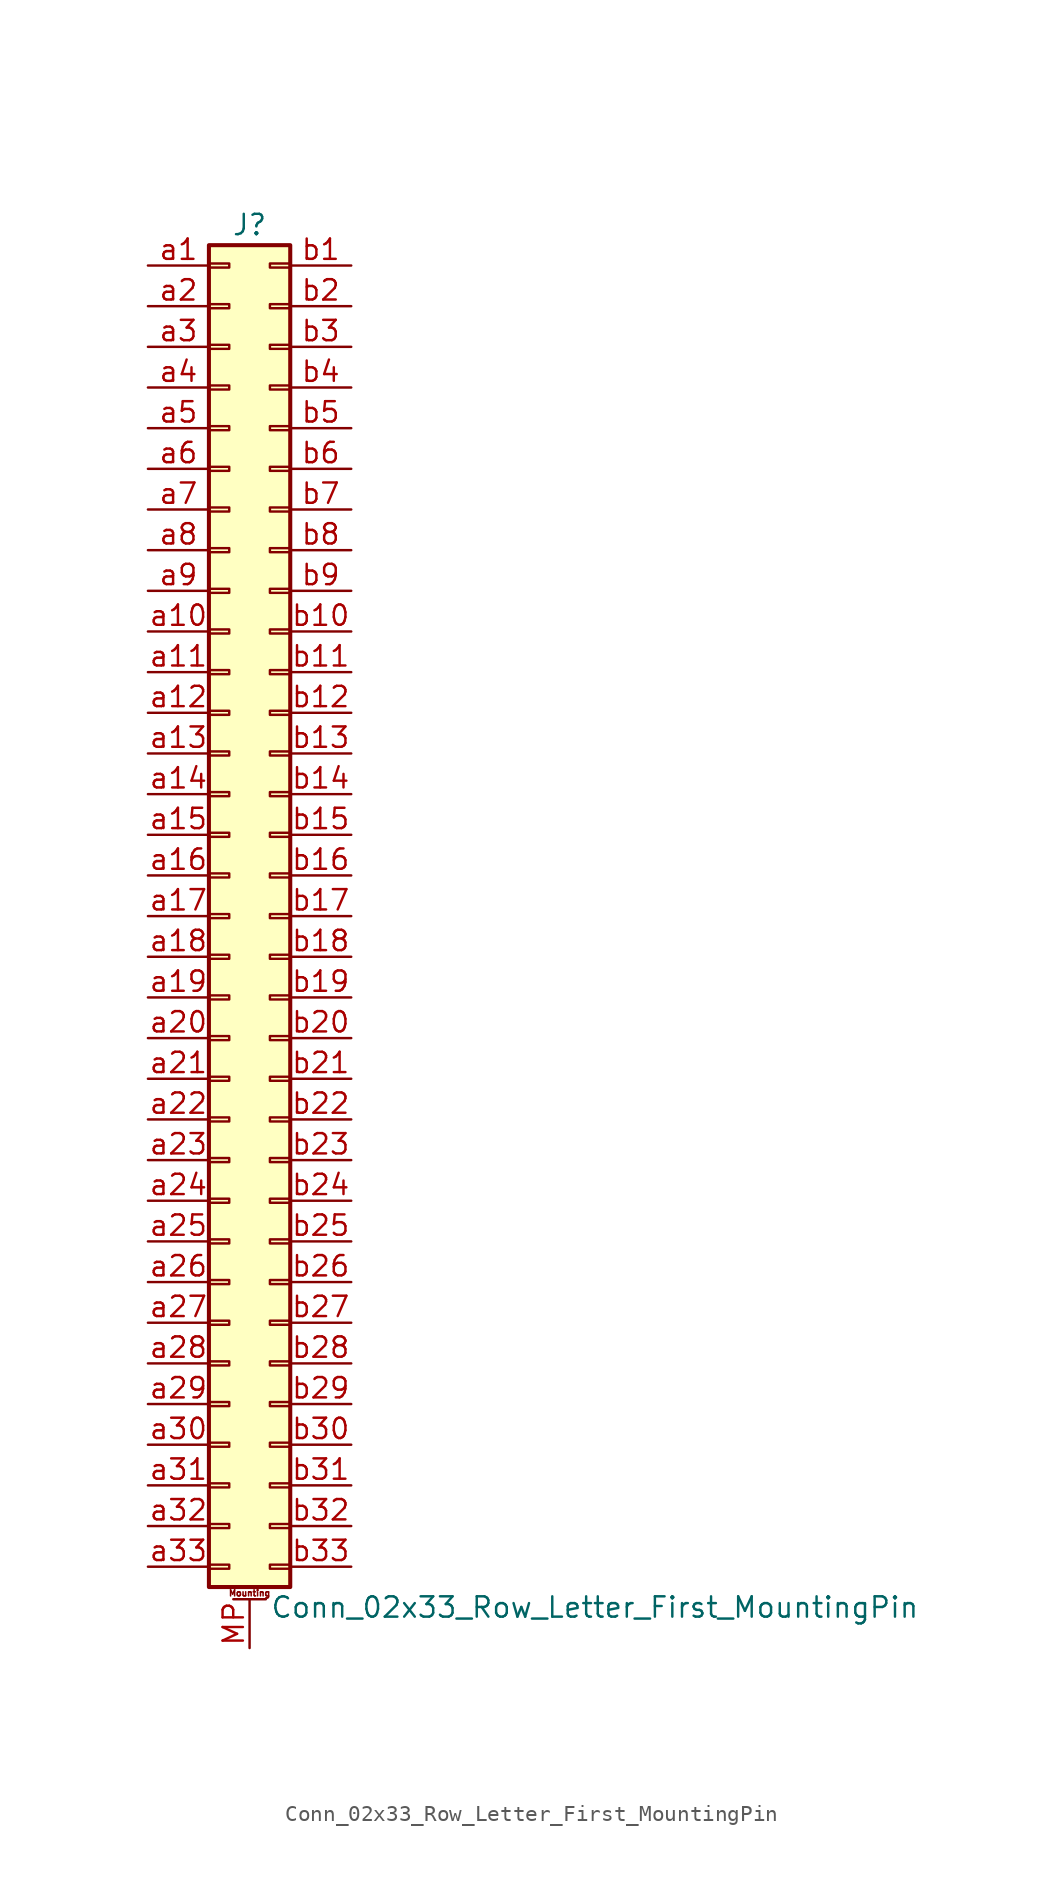
<source format=kicad_sym>
(kicad_symbol_lib
  (version 20201005)
  (generator kicad_symbol_editor)
  (symbol "Conn_02x33_Row_Letter_First_MountingPin"
    (pin_names
      (offset 1.016) hide)
    (property "Reference" "J"
      (at 1.27 43.18 0)
      (effects (font (size 1.27 1.27))))
    (property "Value" "Conn_02x33_Row_Letter_First_MountingPin"
      (at 2.54 -43.18 0)
      (effects (font (size 1.27 1.27)) (justify left)))
    (symbol "Conn_02x33_Row_Letter_First_MountingPin_1_1"
      (text "Mounting" (at 1.27 -42.291 0) (effects (font (size 0.381 0.381))))
      (rectangle (start -1.27 -40.513) (end 0 -40.767) (stroke (width 0.152)) (fill (type none)))
      (rectangle (start -1.27 -37.973) (end 0 -38.227) (stroke (width 0.152)) (fill (type none)))
      (rectangle (start -1.27 -35.433) (end 0 -35.687) (stroke (width 0.152)) (fill (type none)))
      (rectangle (start -1.27 -32.893) (end 0 -33.147) (stroke (width 0.152)) (fill (type none)))
      (rectangle (start -1.27 -30.353) (end 0 -30.607) (stroke (width 0.152)) (fill (type none)))
      (rectangle (start -1.27 -27.813) (end 0 -28.067) (stroke (width 0.152)) (fill (type none)))
      (rectangle (start -1.27 -25.273) (end 0 -25.527) (stroke (width 0.152)) (fill (type none)))
      (rectangle (start -1.27 -22.733) (end 0 -22.987) (stroke (width 0.152)) (fill (type none)))
      (rectangle (start -1.27 -20.193) (end 0 -20.447) (stroke (width 0.152)) (fill (type none)))
      (rectangle (start -1.27 -17.653) (end 0 -17.907) (stroke (width 0.152)) (fill (type none)))
      (rectangle (start -1.27 -15.113) (end 0 -15.367) (stroke (width 0.152)) (fill (type none)))
      (rectangle (start -1.27 -12.573) (end 0 -12.827) (stroke (width 0.152)) (fill (type none)))
      (rectangle (start -1.27 -10.033) (end 0 -10.287) (stroke (width 0.152)) (fill (type none)))
      (rectangle (start -1.27 -7.493) (end 0 -7.747) (stroke (width 0.152)) (fill (type none)))
      (rectangle (start -1.27 -4.953) (end 0 -5.207) (stroke (width 0.152)) (fill (type none)))
      (rectangle (start -1.27 -2.413) (end 0 -2.667) (stroke (width 0.152)) (fill (type none)))
      (rectangle (start -1.27 0.127) (end 0 -0.127) (stroke (width 0.152)) (fill (type none)))
      (rectangle (start -1.27 2.667) (end 0 2.413) (stroke (width 0.152)) (fill (type none)))
      (rectangle (start -1.27 5.207) (end 0 4.953) (stroke (width 0.152)) (fill (type none)))
      (rectangle (start -1.27 7.747) (end 0 7.493) (stroke (width 0.152)) (fill (type none)))
      (rectangle (start -1.27 10.287) (end 0 10.033) (stroke (width 0.152)) (fill (type none)))
      (rectangle (start -1.27 12.827) (end 0 12.573) (stroke (width 0.152)) (fill (type none)))
      (rectangle (start -1.27 15.367) (end 0 15.113) (stroke (width 0.152)) (fill (type none)))
      (rectangle (start -1.27 17.907) (end 0 17.653) (stroke (width 0.152)) (fill (type none)))
      (rectangle (start -1.27 20.447) (end 0 20.193) (stroke (width 0.152)) (fill (type none)))
      (rectangle (start -1.27 22.987) (end 0 22.733) (stroke (width 0.152)) (fill (type none)))
      (rectangle (start -1.27 25.527) (end 0 25.273) (stroke (width 0.152)) (fill (type none)))
      (rectangle (start -1.27 28.067) (end 0 27.813) (stroke (width 0.152)) (fill (type none)))
      (rectangle (start -1.27 30.607) (end 0 30.353) (stroke (width 0.152)) (fill (type none)))
      (rectangle (start -1.27 33.147) (end 0 32.893) (stroke (width 0.152)) (fill (type none)))
      (rectangle (start -1.27 35.687) (end 0 35.433) (stroke (width 0.152)) (fill (type none)))
      (rectangle (start -1.27 38.227) (end 0 37.973) (stroke (width 0.152)) (fill (type none)))
      (rectangle (start -1.27 40.767) (end 0 40.513) (stroke (width 0.152)) (fill (type none)))
      (rectangle (start -1.27 41.91) (end 3.81 -41.91) (stroke (width 0.254)) (fill (type background)))
      (rectangle (start 3.81 -40.513) (end 2.54 -40.767) (stroke (width 0.152)) (fill (type none)))
      (rectangle (start 3.81 -37.973) (end 2.54 -38.227) (stroke (width 0.152)) (fill (type none)))
      (rectangle (start 3.81 -35.433) (end 2.54 -35.687) (stroke (width 0.152)) (fill (type none)))
      (rectangle (start 3.81 -32.893) (end 2.54 -33.147) (stroke (width 0.152)) (fill (type none)))
      (rectangle (start 3.81 -30.353) (end 2.54 -30.607) (stroke (width 0.152)) (fill (type none)))
      (rectangle (start 3.81 -27.813) (end 2.54 -28.067) (stroke (width 0.152)) (fill (type none)))
      (rectangle (start 3.81 -25.273) (end 2.54 -25.527) (stroke (width 0.152)) (fill (type none)))
      (rectangle (start 3.81 -22.733) (end 2.54 -22.987) (stroke (width 0.152)) (fill (type none)))
      (rectangle (start 3.81 -20.193) (end 2.54 -20.447) (stroke (width 0.152)) (fill (type none)))
      (rectangle (start 3.81 -17.653) (end 2.54 -17.907) (stroke (width 0.152)) (fill (type none)))
      (rectangle (start 3.81 -15.113) (end 2.54 -15.367) (stroke (width 0.152)) (fill (type none)))
      (rectangle (start 3.81 -12.573) (end 2.54 -12.827) (stroke (width 0.152)) (fill (type none)))
      (rectangle (start 3.81 -10.033) (end 2.54 -10.287) (stroke (width 0.152)) (fill (type none)))
      (rectangle (start 3.81 -7.493) (end 2.54 -7.747) (stroke (width 0.152)) (fill (type none)))
      (rectangle (start 3.81 -4.953) (end 2.54 -5.207) (stroke (width 0.152)) (fill (type none)))
      (rectangle (start 3.81 -2.413) (end 2.54 -2.667) (stroke (width 0.152)) (fill (type none)))
      (rectangle (start 3.81 0.127) (end 2.54 -0.127) (stroke (width 0.152)) (fill (type none)))
      (rectangle (start 3.81 2.667) (end 2.54 2.413) (stroke (width 0.152)) (fill (type none)))
      (rectangle (start 3.81 5.207) (end 2.54 4.953) (stroke (width 0.152)) (fill (type none)))
      (rectangle (start 3.81 7.747) (end 2.54 7.493) (stroke (width 0.152)) (fill (type none)))
      (rectangle (start 3.81 10.287) (end 2.54 10.033) (stroke (width 0.152)) (fill (type none)))
      (rectangle (start 3.81 12.827) (end 2.54 12.573) (stroke (width 0.152)) (fill (type none)))
      (rectangle (start 3.81 15.367) (end 2.54 15.113) (stroke (width 0.152)) (fill (type none)))
      (rectangle (start 3.81 17.907) (end 2.54 17.653) (stroke (width 0.152)) (fill (type none)))
      (rectangle (start 3.81 20.447) (end 2.54 20.193) (stroke (width 0.152)) (fill (type none)))
      (rectangle (start 3.81 22.987) (end 2.54 22.733) (stroke (width 0.152)) (fill (type none)))
      (rectangle (start 3.81 25.527) (end 2.54 25.273) (stroke (width 0.152)) (fill (type none)))
      (rectangle (start 3.81 28.067) (end 2.54 27.813) (stroke (width 0.152)) (fill (type none)))
      (rectangle (start 3.81 30.607) (end 2.54 30.353) (stroke (width 0.152)) (fill (type none)))
      (rectangle (start 3.81 33.147) (end 2.54 32.893) (stroke (width 0.152)) (fill (type none)))
      (rectangle (start 3.81 35.687) (end 2.54 35.433) (stroke (width 0.152)) (fill (type none)))
      (rectangle (start 3.81 38.227) (end 2.54 37.973) (stroke (width 0.152)) (fill (type none)))
      (rectangle (start 3.81 40.767) (end 2.54 40.513) (stroke (width 0.152)) (fill (type none)))
      (polyline (pts (xy 0.254 -42.672) (xy 2.286 -42.672)) (stroke (width 0.152)) (fill (type none)))
      (pin passive line (at 1.27 -45.72 90) (length 3.048) (name "MountPin" (effects (font (size 1.27 1.27)))) (number "MP" (effects (font (size 1.27 1.27)))))
      (pin passive line (at -5.08 40.64 0) (length 3.81) (name "Pin_a1" (effects (font (size 1.27 1.27)))) (number "a1" (effects (font (size 1.27 1.27)))))
      (pin passive line (at -5.08 17.78 0) (length 3.81) (name "Pin_a10" (effects (font (size 1.27 1.27)))) (number "a10" (effects (font (size 1.27 1.27)))))
      (pin passive line (at -5.08 15.24 0) (length 3.81) (name "Pin_a11" (effects (font (size 1.27 1.27)))) (number "a11" (effects (font (size 1.27 1.27)))))
      (pin passive line (at -5.08 12.7 0) (length 3.81) (name "Pin_a12" (effects (font (size 1.27 1.27)))) (number "a12" (effects (font (size 1.27 1.27)))))
      (pin passive line (at -5.08 10.16 0) (length 3.81) (name "Pin_a13" (effects (font (size 1.27 1.27)))) (number "a13" (effects (font (size 1.27 1.27)))))
      (pin passive line (at -5.08 7.62 0) (length 3.81) (name "Pin_a14" (effects (font (size 1.27 1.27)))) (number "a14" (effects (font (size 1.27 1.27)))))
      (pin passive line (at -5.08 5.08 0) (length 3.81) (name "Pin_a15" (effects (font (size 1.27 1.27)))) (number "a15" (effects (font (size 1.27 1.27)))))
      (pin passive line (at -5.08 2.54 0) (length 3.81) (name "Pin_a16" (effects (font (size 1.27 1.27)))) (number "a16" (effects (font (size 1.27 1.27)))))
      (pin passive line (at -5.08 0 0) (length 3.81) (name "Pin_a17" (effects (font (size 1.27 1.27)))) (number "a17" (effects (font (size 1.27 1.27)))))
      (pin passive line (at -5.08 -2.54 0) (length 3.81) (name "Pin_a18" (effects (font (size 1.27 1.27)))) (number "a18" (effects (font (size 1.27 1.27)))))
      (pin passive line (at -5.08 -5.08 0) (length 3.81) (name "Pin_a19" (effects (font (size 1.27 1.27)))) (number "a19" (effects (font (size 1.27 1.27)))))
      (pin passive line (at -5.08 38.1 0) (length 3.81) (name "Pin_a2" (effects (font (size 1.27 1.27)))) (number "a2" (effects (font (size 1.27 1.27)))))
      (pin passive line (at -5.08 -7.62 0) (length 3.81) (name "Pin_a20" (effects (font (size 1.27 1.27)))) (number "a20" (effects (font (size 1.27 1.27)))))
      (pin passive line (at -5.08 -10.16 0) (length 3.81) (name "Pin_a21" (effects (font (size 1.27 1.27)))) (number "a21" (effects (font (size 1.27 1.27)))))
      (pin passive line (at -5.08 -12.7 0) (length 3.81) (name "Pin_a22" (effects (font (size 1.27 1.27)))) (number "a22" (effects (font (size 1.27 1.27)))))
      (pin passive line (at -5.08 -15.24 0) (length 3.81) (name "Pin_a23" (effects (font (size 1.27 1.27)))) (number "a23" (effects (font (size 1.27 1.27)))))
      (pin passive line (at -5.08 -17.78 0) (length 3.81) (name "Pin_a24" (effects (font (size 1.27 1.27)))) (number "a24" (effects (font (size 1.27 1.27)))))
      (pin passive line (at -5.08 -20.32 0) (length 3.81) (name "Pin_a25" (effects (font (size 1.27 1.27)))) (number "a25" (effects (font (size 1.27 1.27)))))
      (pin passive line (at -5.08 -22.86 0) (length 3.81) (name "Pin_a26" (effects (font (size 1.27 1.27)))) (number "a26" (effects (font (size 1.27 1.27)))))
      (pin passive line (at -5.08 -25.4 0) (length 3.81) (name "Pin_a27" (effects (font (size 1.27 1.27)))) (number "a27" (effects (font (size 1.27 1.27)))))
      (pin passive line (at -5.08 -27.94 0) (length 3.81) (name "Pin_a28" (effects (font (size 1.27 1.27)))) (number "a28" (effects (font (size 1.27 1.27)))))
      (pin passive line (at -5.08 -30.48 0) (length 3.81) (name "Pin_a29" (effects (font (size 1.27 1.27)))) (number "a29" (effects (font (size 1.27 1.27)))))
      (pin passive line (at -5.08 35.56 0) (length 3.81) (name "Pin_a3" (effects (font (size 1.27 1.27)))) (number "a3" (effects (font (size 1.27 1.27)))))
      (pin passive line (at -5.08 -33.02 0) (length 3.81) (name "Pin_a30" (effects (font (size 1.27 1.27)))) (number "a30" (effects (font (size 1.27 1.27)))))
      (pin passive line (at -5.08 -35.56 0) (length 3.81) (name "Pin_a31" (effects (font (size 1.27 1.27)))) (number "a31" (effects (font (size 1.27 1.27)))))
      (pin passive line (at -5.08 -38.1 0) (length 3.81) (name "Pin_a32" (effects (font (size 1.27 1.27)))) (number "a32" (effects (font (size 1.27 1.27)))))
      (pin passive line (at -5.08 -40.64 0) (length 3.81) (name "Pin_a33" (effects (font (size 1.27 1.27)))) (number "a33" (effects (font (size 1.27 1.27)))))
      (pin passive line (at -5.08 33.02 0) (length 3.81) (name "Pin_a4" (effects (font (size 1.27 1.27)))) (number "a4" (effects (font (size 1.27 1.27)))))
      (pin passive line (at -5.08 30.48 0) (length 3.81) (name "Pin_a5" (effects (font (size 1.27 1.27)))) (number "a5" (effects (font (size 1.27 1.27)))))
      (pin passive line (at -5.08 27.94 0) (length 3.81) (name "Pin_a6" (effects (font (size 1.27 1.27)))) (number "a6" (effects (font (size 1.27 1.27)))))
      (pin passive line (at -5.08 25.4 0) (length 3.81) (name "Pin_a7" (effects (font (size 1.27 1.27)))) (number "a7" (effects (font (size 1.27 1.27)))))
      (pin passive line (at -5.08 22.86 0) (length 3.81) (name "Pin_a8" (effects (font (size 1.27 1.27)))) (number "a8" (effects (font (size 1.27 1.27)))))
      (pin passive line (at -5.08 20.32 0) (length 3.81) (name "Pin_a9" (effects (font (size 1.27 1.27)))) (number "a9" (effects (font (size 1.27 1.27)))))
      (pin passive line (at 7.62 40.64 180) (length 3.81) (name "Pin_b1" (effects (font (size 1.27 1.27)))) (number "b1" (effects (font (size 1.27 1.27)))))
      (pin passive line (at 7.62 17.78 180) (length 3.81) (name "Pin_b10" (effects (font (size 1.27 1.27)))) (number "b10" (effects (font (size 1.27 1.27)))))
      (pin passive line (at 7.62 15.24 180) (length 3.81) (name "Pin_b11" (effects (font (size 1.27 1.27)))) (number "b11" (effects (font (size 1.27 1.27)))))
      (pin passive line (at 7.62 12.7 180) (length 3.81) (name "Pin_b12" (effects (font (size 1.27 1.27)))) (number "b12" (effects (font (size 1.27 1.27)))))
      (pin passive line (at 7.62 10.16 180) (length 3.81) (name "Pin_b13" (effects (font (size 1.27 1.27)))) (number "b13" (effects (font (size 1.27 1.27)))))
      (pin passive line (at 7.62 7.62 180) (length 3.81) (name "Pin_b14" (effects (font (size 1.27 1.27)))) (number "b14" (effects (font (size 1.27 1.27)))))
      (pin passive line (at 7.62 5.08 180) (length 3.81) (name "Pin_b15" (effects (font (size 1.27 1.27)))) (number "b15" (effects (font (size 1.27 1.27)))))
      (pin passive line (at 7.62 2.54 180) (length 3.81) (name "Pin_b16" (effects (font (size 1.27 1.27)))) (number "b16" (effects (font (size 1.27 1.27)))))
      (pin passive line (at 7.62 0 180) (length 3.81) (name "Pin_b17" (effects (font (size 1.27 1.27)))) (number "b17" (effects (font (size 1.27 1.27)))))
      (pin passive line (at 7.62 -2.54 180) (length 3.81) (name "Pin_b18" (effects (font (size 1.27 1.27)))) (number "b18" (effects (font (size 1.27 1.27)))))
      (pin passive line (at 7.62 -5.08 180) (length 3.81) (name "Pin_b19" (effects (font (size 1.27 1.27)))) (number "b19" (effects (font (size 1.27 1.27)))))
      (pin passive line (at 7.62 38.1 180) (length 3.81) (name "Pin_b2" (effects (font (size 1.27 1.27)))) (number "b2" (effects (font (size 1.27 1.27)))))
      (pin passive line (at 7.62 -7.62 180) (length 3.81) (name "Pin_b20" (effects (font (size 1.27 1.27)))) (number "b20" (effects (font (size 1.27 1.27)))))
      (pin passive line (at 7.62 -10.16 180) (length 3.81) (name "Pin_b21" (effects (font (size 1.27 1.27)))) (number "b21" (effects (font (size 1.27 1.27)))))
      (pin passive line (at 7.62 -12.7 180) (length 3.81) (name "Pin_b22" (effects (font (size 1.27 1.27)))) (number "b22" (effects (font (size 1.27 1.27)))))
      (pin passive line (at 7.62 -15.24 180) (length 3.81) (name "Pin_b23" (effects (font (size 1.27 1.27)))) (number "b23" (effects (font (size 1.27 1.27)))))
      (pin passive line (at 7.62 -17.78 180) (length 3.81) (name "Pin_b24" (effects (font (size 1.27 1.27)))) (number "b24" (effects (font (size 1.27 1.27)))))
      (pin passive line (at 7.62 -20.32 180) (length 3.81) (name "Pin_b25" (effects (font (size 1.27 1.27)))) (number "b25" (effects (font (size 1.27 1.27)))))
      (pin passive line (at 7.62 -22.86 180) (length 3.81) (name "Pin_b26" (effects (font (size 1.27 1.27)))) (number "b26" (effects (font (size 1.27 1.27)))))
      (pin passive line (at 7.62 -25.4 180) (length 3.81) (name "Pin_b27" (effects (font (size 1.27 1.27)))) (number "b27" (effects (font (size 1.27 1.27)))))
      (pin passive line (at 7.62 -27.94 180) (length 3.81) (name "Pin_b28" (effects (font (size 1.27 1.27)))) (number "b28" (effects (font (size 1.27 1.27)))))
      (pin passive line (at 7.62 -30.48 180) (length 3.81) (name "Pin_b29" (effects (font (size 1.27 1.27)))) (number "b29" (effects (font (size 1.27 1.27)))))
      (pin passive line (at 7.62 35.56 180) (length 3.81) (name "Pin_b3" (effects (font (size 1.27 1.27)))) (number "b3" (effects (font (size 1.27 1.27)))))
      (pin passive line (at 7.62 -33.02 180) (length 3.81) (name "Pin_b30" (effects (font (size 1.27 1.27)))) (number "b30" (effects (font (size 1.27 1.27)))))
      (pin passive line (at 7.62 -35.56 180) (length 3.81) (name "Pin_b31" (effects (font (size 1.27 1.27)))) (number "b31" (effects (font (size 1.27 1.27)))))
      (pin passive line (at 7.62 -38.1 180) (length 3.81) (name "Pin_b32" (effects (font (size 1.27 1.27)))) (number "b32" (effects (font (size 1.27 1.27)))))
      (pin passive line (at 7.62 -40.64 180) (length 3.81) (name "Pin_b33" (effects (font (size 1.27 1.27)))) (number "b33" (effects (font (size 1.27 1.27)))))
      (pin passive line (at 7.62 33.02 180) (length 3.81) (name "Pin_b4" (effects (font (size 1.27 1.27)))) (number "b4" (effects (font (size 1.27 1.27)))))
      (pin passive line (at 7.62 30.48 180) (length 3.81) (name "Pin_b5" (effects (font (size 1.27 1.27)))) (number "b5" (effects (font (size 1.27 1.27)))))
      (pin passive line (at 7.62 27.94 180) (length 3.81) (name "Pin_b6" (effects (font (size 1.27 1.27)))) (number "b6" (effects (font (size 1.27 1.27)))))
      (pin passive line (at 7.62 25.4 180) (length 3.81) (name "Pin_b7" (effects (font (size 1.27 1.27)))) (number "b7" (effects (font (size 1.27 1.27)))))
      (pin passive line (at 7.62 22.86 180) (length 3.81) (name "Pin_b8" (effects (font (size 1.27 1.27)))) (number "b8" (effects (font (size 1.27 1.27)))))
      (pin passive line (at 7.62 20.32 180) (length 3.81) (name "Pin_b9" (effects (font (size 1.27 1.27)))) (number "b9" (effects (font (size 1.27 1.27))))))))
</source>
